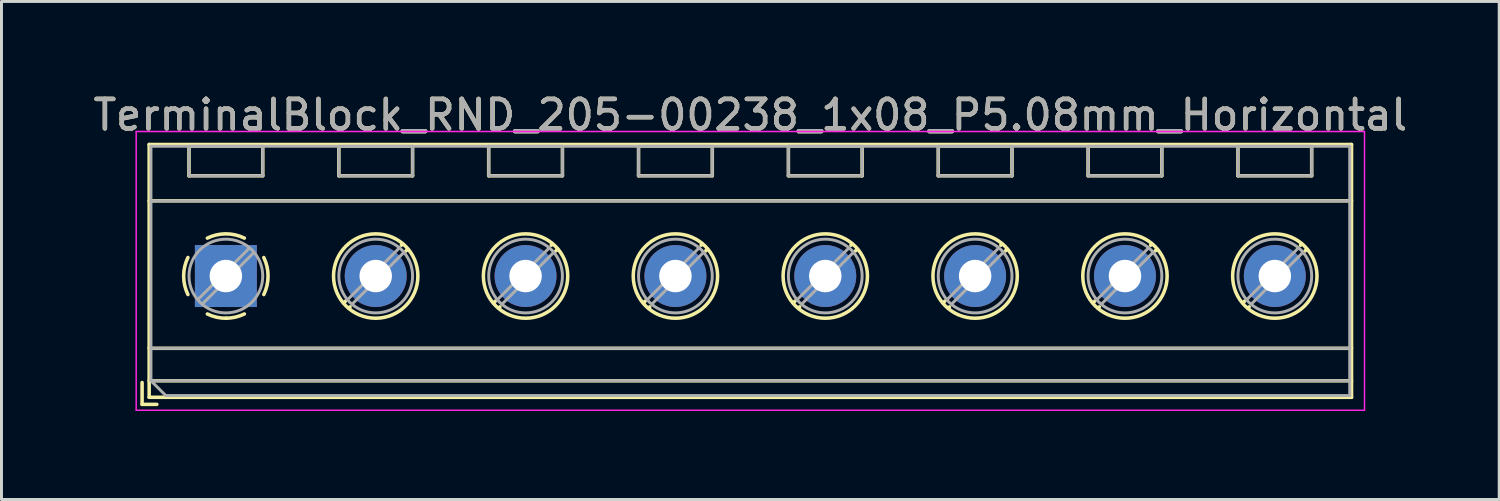
<source format=kicad_pcb>
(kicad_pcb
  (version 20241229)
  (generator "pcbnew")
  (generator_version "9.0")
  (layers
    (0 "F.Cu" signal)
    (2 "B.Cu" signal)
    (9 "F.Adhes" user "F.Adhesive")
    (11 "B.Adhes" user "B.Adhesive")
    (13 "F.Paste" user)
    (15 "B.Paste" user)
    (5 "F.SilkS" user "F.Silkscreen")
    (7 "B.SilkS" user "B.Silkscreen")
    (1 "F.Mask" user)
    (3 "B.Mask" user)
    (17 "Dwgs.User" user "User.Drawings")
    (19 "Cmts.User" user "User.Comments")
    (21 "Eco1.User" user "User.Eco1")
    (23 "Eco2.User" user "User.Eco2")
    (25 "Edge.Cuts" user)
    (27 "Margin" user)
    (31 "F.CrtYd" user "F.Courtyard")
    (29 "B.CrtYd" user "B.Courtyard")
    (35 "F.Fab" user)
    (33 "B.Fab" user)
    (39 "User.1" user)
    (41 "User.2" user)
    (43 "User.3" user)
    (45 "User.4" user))
  (footprint "TerminalBlock_RND_205-00238_1x08_P5.08mm_Horizontal"
    (layer "F.Cu")
    (at 4.607 6.308)
    (property "Reference" "TerminalBlock_RND_205-00238_1x08_P5.08mm_Horizontal" (at 17.78 -5.46 0) (layer "F.SilkS") (effects (font (size 1 1) (thickness 0.15))))
    (attr through_hole)
    (fp_line (start -2.84 3.61) (end -2.84 4.35) (stroke (width 0.12) (type solid)) (layer "F.SilkS"))
    (fp_line (start -2.84 4.35) (end -2.34 4.35) (stroke (width 0.12) (type solid)) (layer "F.SilkS"))
    (fp_line (start -2.6 -4.46) (end -2.6 4.11) (stroke (width 0.12) (type solid)) (layer "F.SilkS"))
    (fp_line (start -2.6 -4.46) (end 38.16 -4.46) (stroke (width 0.12) (type solid)) (layer "F.SilkS"))
    (fp_line (start -2.6 -2.55) (end 38.16 -2.55) (stroke (width 0.12) (type solid)) (layer "F.SilkS"))
    (fp_line (start -2.6 2.45) (end 38.16 2.45) (stroke (width 0.12) (type solid)) (layer "F.SilkS"))
    (fp_line (start -2.6 3.55) (end 38.16 3.55) (stroke (width 0.12) (type solid)) (layer "F.SilkS"))
    (fp_line (start -2.6 4.11) (end 38.16 4.11) (stroke (width 0.12) (type solid)) (layer "F.SilkS"))
    (fp_line (start -1.25 -4.4) (end -1.25 -3.4) (stroke (width 0.12) (type solid)) (layer "F.SilkS"))
    (fp_line (start -1.25 -4.4) (end 1.25 -4.4) (stroke (width 0.12) (type solid)) (layer "F.SilkS"))
    (fp_line (start -1.25 -3.4) (end 1.25 -3.4) (stroke (width 0.12) (type solid)) (layer "F.SilkS"))
    (fp_line (start 1.25 -4.4) (end 1.25 -3.4) (stroke (width 0.12) (type solid)) (layer "F.SilkS"))
    (fp_line (start 3.83 -4.4) (end 3.83 -3.4) (stroke (width 0.12) (type solid)) (layer "F.SilkS"))
    (fp_line (start 3.83 -4.4) (end 6.33 -4.4) (stroke (width 0.12) (type solid)) (layer "F.SilkS"))
    (fp_line (start 3.83 -3.4) (end 6.33 -3.4) (stroke (width 0.12) (type solid)) (layer "F.SilkS"))
    (fp_line (start 4.056 0.85) (end 3.996 0.91) (stroke (width 0.12) (type solid)) (layer "F.SilkS"))
    (fp_line (start 4.21 1.045) (end 4.17 1.085) (stroke (width 0.12) (type solid)) (layer "F.SilkS"))
    (fp_line (start 5.991 -1.085) (end 5.951 -1.045) (stroke (width 0.12) (type solid)) (layer "F.SilkS"))
    (fp_line (start 6.165 -0.91) (end 6.105 -0.851) (stroke (width 0.12) (type solid)) (layer "F.SilkS"))
    (fp_line (start 6.33 -4.4) (end 6.33 -3.4) (stroke (width 0.12) (type solid)) (layer "F.SilkS"))
    (fp_line (start 8.91 -4.4) (end 8.91 -3.4) (stroke (width 0.12) (type solid)) (layer "F.SilkS"))
    (fp_line (start 8.91 -4.4) (end 11.41 -4.4) (stroke (width 0.12) (type solid)) (layer "F.SilkS"))
    (fp_line (start 8.91 -3.4) (end 11.41 -3.4) (stroke (width 0.12) (type solid)) (layer "F.SilkS"))
    (fp_line (start 9.136 0.85) (end 9.076 0.91) (stroke (width 0.12) (type solid)) (layer "F.SilkS"))
    (fp_line (start 9.29 1.045) (end 9.25 1.085) (stroke (width 0.12) (type solid)) (layer "F.SilkS"))
    (fp_line (start 11.071 -1.085) (end 11.031 -1.045) (stroke (width 0.12) (type solid)) (layer "F.SilkS"))
    (fp_line (start 11.245 -0.91) (end 11.185 -0.851) (stroke (width 0.12) (type solid)) (layer "F.SilkS"))
    (fp_line (start 11.41 -4.4) (end 11.41 -3.4) (stroke (width 0.12) (type solid)) (layer "F.SilkS"))
    (fp_line (start 13.99 -4.4) (end 13.99 -3.4) (stroke (width 0.12) (type solid)) (layer "F.SilkS"))
    (fp_line (start 13.99 -4.4) (end 16.49 -4.4) (stroke (width 0.12) (type solid)) (layer "F.SilkS"))
    (fp_line (start 13.99 -3.4) (end 16.49 -3.4) (stroke (width 0.12) (type solid)) (layer "F.SilkS"))
    (fp_line (start 14.216 0.85) (end 14.156 0.91) (stroke (width 0.12) (type solid)) (layer "F.SilkS"))
    (fp_line (start 14.37 1.045) (end 14.33 1.085) (stroke (width 0.12) (type solid)) (layer "F.SilkS"))
    (fp_line (start 16.151 -1.085) (end 16.111 -1.045) (stroke (width 0.12) (type solid)) (layer "F.SilkS"))
    (fp_line (start 16.325 -0.91) (end 16.265 -0.851) (stroke (width 0.12) (type solid)) (layer "F.SilkS"))
    (fp_line (start 16.49 -4.4) (end 16.49 -3.4) (stroke (width 0.12) (type solid)) (layer "F.SilkS"))
    (fp_line (start 19.07 -4.4) (end 19.07 -3.4) (stroke (width 0.12) (type solid)) (layer "F.SilkS"))
    (fp_line (start 19.07 -4.4) (end 21.57 -4.4) (stroke (width 0.12) (type solid)) (layer "F.SilkS"))
    (fp_line (start 19.07 -3.4) (end 21.57 -3.4) (stroke (width 0.12) (type solid)) (layer "F.SilkS"))
    (fp_line (start 19.296 0.85) (end 19.236 0.91) (stroke (width 0.12) (type solid)) (layer "F.SilkS"))
    (fp_line (start 19.45 1.045) (end 19.41 1.085) (stroke (width 0.12) (type solid)) (layer "F.SilkS"))
    (fp_line (start 21.231 -1.085) (end 21.191 -1.045) (stroke (width 0.12) (type solid)) (layer "F.SilkS"))
    (fp_line (start 21.405 -0.91) (end 21.345 -0.851) (stroke (width 0.12) (type solid)) (layer "F.SilkS"))
    (fp_line (start 21.57 -4.4) (end 21.57 -3.4) (stroke (width 0.12) (type solid)) (layer "F.SilkS"))
    (fp_line (start 24.15 -4.4) (end 24.15 -3.4) (stroke (width 0.12) (type solid)) (layer "F.SilkS"))
    (fp_line (start 24.15 -4.4) (end 26.65 -4.4) (stroke (width 0.12) (type solid)) (layer "F.SilkS"))
    (fp_line (start 24.15 -3.4) (end 26.65 -3.4) (stroke (width 0.12) (type solid)) (layer "F.SilkS"))
    (fp_line (start 24.376 0.85) (end 24.316 0.91) (stroke (width 0.12) (type solid)) (layer "F.SilkS"))
    (fp_line (start 24.53 1.045) (end 24.49 1.085) (stroke (width 0.12) (type solid)) (layer "F.SilkS"))
    (fp_line (start 26.311 -1.085) (end 26.271 -1.045) (stroke (width 0.12) (type solid)) (layer "F.SilkS"))
    (fp_line (start 26.485 -0.91) (end 26.425 -0.851) (stroke (width 0.12) (type solid)) (layer "F.SilkS"))
    (fp_line (start 26.65 -4.4) (end 26.65 -3.4) (stroke (width 0.12) (type solid)) (layer "F.SilkS"))
    (fp_line (start 29.23 -4.4) (end 29.23 -3.4) (stroke (width 0.12) (type solid)) (layer "F.SilkS"))
    (fp_line (start 29.23 -4.4) (end 31.73 -4.4) (stroke (width 0.12) (type solid)) (layer "F.SilkS"))
    (fp_line (start 29.23 -3.4) (end 31.73 -3.4) (stroke (width 0.12) (type solid)) (layer "F.SilkS"))
    (fp_line (start 29.456 0.85) (end 29.396 0.91) (stroke (width 0.12) (type solid)) (layer "F.SilkS"))
    (fp_line (start 29.61 1.045) (end 29.57 1.085) (stroke (width 0.12) (type solid)) (layer "F.SilkS"))
    (fp_line (start 31.391 -1.085) (end 31.351 -1.045) (stroke (width 0.12) (type solid)) (layer "F.SilkS"))
    (fp_line (start 31.565 -0.91) (end 31.505 -0.851) (stroke (width 0.12) (type solid)) (layer "F.SilkS"))
    (fp_line (start 31.73 -4.4) (end 31.73 -3.4) (stroke (width 0.12) (type solid)) (layer "F.SilkS"))
    (fp_line (start 34.31 -4.4) (end 34.31 -3.4) (stroke (width 0.12) (type solid)) (layer "F.SilkS"))
    (fp_line (start 34.31 -4.4) (end 36.81 -4.4) (stroke (width 0.12) (type solid)) (layer "F.SilkS"))
    (fp_line (start 34.31 -3.4) (end 36.81 -3.4) (stroke (width 0.12) (type solid)) (layer "F.SilkS"))
    (fp_line (start 34.536 0.85) (end 34.476 0.91) (stroke (width 0.12) (type solid)) (layer "F.SilkS"))
    (fp_line (start 34.69 1.045) (end 34.65 1.085) (stroke (width 0.12) (type solid)) (layer "F.SilkS"))
    (fp_line (start 36.471 -1.085) (end 36.431 -1.045) (stroke (width 0.12) (type solid)) (layer "F.SilkS"))
    (fp_line (start 36.645 -0.91) (end 36.585 -0.851) (stroke (width 0.12) (type solid)) (layer "F.SilkS"))
    (fp_line (start 36.81 -4.4) (end 36.81 -3.4) (stroke (width 0.12) (type solid)) (layer "F.SilkS"))
    (fp_line (start 38.16 -4.46) (end 38.16 4.11) (stroke (width 0.12) (type solid)) (layer "F.SilkS"))
    (fp_arc (start -1.286611 0.626746) (mid -1.431146 -0.000697) (end -1.286 -0.628) (stroke (width 0.12) (type solid)) (layer "F.SilkS"))
    (fp_arc (start -0.627362 -1.285823) (mid -0.000201 -1.430707) (end 0.627 -1.286) (stroke (width 0.12) (type solid)) (layer "F.SilkS"))
    (fp_arc (start 0.02428 1.43094) (mid -0.310437 1.397071) (end -0.628 1.286) (stroke (width 0.12) (type solid)) (layer "F.SilkS"))
    (fp_arc (start 0.626871 1.285275) (mid 0.32168 1.393349) (end 0 1.43) (stroke (width 0.12) (type solid)) (layer "F.SilkS"))
    (fp_arc (start 1.285823 -0.627362) (mid 1.430707 -0.000201) (end 1.286 0.627) (stroke (width 0.12) (type solid)) (layer "F.SilkS"))
    (fp_circle (center 5.08 0) (end 6.51 0) (stroke (width 0.12) (type solid)) (fill no) (layer "F.SilkS"))
    (fp_circle (center 10.16 0) (end 11.59 0) (stroke (width 0.12) (type solid)) (fill no) (layer "F.SilkS"))
    (fp_circle (center 15.24 0) (end 16.67 0) (stroke (width 0.12) (type solid)) (fill no) (layer "F.SilkS"))
    (fp_circle (center 20.32 0) (end 21.75 0) (stroke (width 0.12) (type solid)) (fill no) (layer "F.SilkS"))
    (fp_circle (center 25.4 0) (end 26.83 0) (stroke (width 0.12) (type solid)) (fill no) (layer "F.SilkS"))
    (fp_circle (center 30.48 0) (end 31.91 0) (stroke (width 0.12) (type solid)) (fill no) (layer "F.SilkS"))
    (fp_circle (center 35.56 0) (end 36.99 0) (stroke (width 0.12) (type solid)) (fill no) (layer "F.SilkS"))
    (fp_line (start -3.04 -4.9) (end -3.04 4.55) (stroke (width 0.05) (type solid)) (layer "F.CrtYd"))
    (fp_line (start -3.04 4.55) (end 38.6 4.55) (stroke (width 0.05) (type solid)) (layer "F.CrtYd"))
    (fp_line (start 38.6 -4.9) (end -3.04 -4.9) (stroke (width 0.05) (type solid)) (layer "F.CrtYd"))
    (fp_line (start 38.6 4.55) (end 38.6 -4.9) (stroke (width 0.05) (type solid)) (layer "F.CrtYd"))
    (fp_line (start -2.54 -4.4) (end 38.1 -4.4) (stroke (width 0.1) (type solid)) (layer "F.Fab"))
    (fp_line (start -2.54 -2.55) (end 38.1 -2.55) (stroke (width 0.1) (type solid)) (layer "F.Fab"))
    (fp_line (start -2.54 2.45) (end 38.1 2.45) (stroke (width 0.1) (type solid)) (layer "F.Fab"))
    (fp_line (start -2.54 3.55) (end -2.54 -4.4) (stroke (width 0.1) (type solid)) (layer "F.Fab"))
    (fp_line (start -2.54 3.55) (end 38.1 3.55) (stroke (width 0.1) (type solid)) (layer "F.Fab"))
    (fp_line (start -2.04 4.05) (end -2.54 3.55) (stroke (width 0.1) (type solid)) (layer "F.Fab"))
    (fp_line (start -1.25 -4.4) (end -1.25 -3.4) (stroke (width 0.1) (type solid)) (layer "F.Fab"))
    (fp_line (start -1.25 -3.4) (end 1.25 -3.4) (stroke (width 0.1) (type solid)) (layer "F.Fab"))
    (fp_line (start 0.796 -0.948) (end -0.949 0.796) (stroke (width 0.1) (type solid)) (layer "F.Fab"))
    (fp_line (start 0.949 -0.796) (end -0.796 0.948) (stroke (width 0.1) (type solid)) (layer "F.Fab"))
    (fp_line (start 1.25 -4.4) (end -1.25 -4.4) (stroke (width 0.1) (type solid)) (layer "F.Fab"))
    (fp_line (start 1.25 -3.4) (end 1.25 -4.4) (stroke (width 0.1) (type solid)) (layer "F.Fab"))
    (fp_line (start 3.83 -4.4) (end 3.83 -3.4) (stroke (width 0.1) (type solid)) (layer "F.Fab"))
    (fp_line (start 3.83 -3.4) (end 6.33 -3.4) (stroke (width 0.1) (type solid)) (layer "F.Fab"))
    (fp_line (start 5.876 -0.948) (end 4.132 0.796) (stroke (width 0.1) (type solid)) (layer "F.Fab"))
    (fp_line (start 6.029 -0.796) (end 4.285 0.948) (stroke (width 0.1) (type solid)) (layer "F.Fab"))
    (fp_line (start 6.33 -4.4) (end 3.83 -4.4) (stroke (width 0.1) (type solid)) (layer "F.Fab"))
    (fp_line (start 6.33 -3.4) (end 6.33 -4.4) (stroke (width 0.1) (type solid)) (layer "F.Fab"))
    (fp_line (start 8.91 -4.4) (end 8.91 -3.4) (stroke (width 0.1) (type solid)) (layer "F.Fab"))
    (fp_line (start 8.91 -3.4) (end 11.41 -3.4) (stroke (width 0.1) (type solid)) (layer "F.Fab"))
    (fp_line (start 10.956 -0.948) (end 9.212 0.796) (stroke (width 0.1) (type solid)) (layer "F.Fab"))
    (fp_line (start 11.109 -0.796) (end 9.365 0.948) (stroke (width 0.1) (type solid)) (layer "F.Fab"))
    (fp_line (start 11.41 -4.4) (end 8.91 -4.4) (stroke (width 0.1) (type solid)) (layer "F.Fab"))
    (fp_line (start 11.41 -3.4) (end 11.41 -4.4) (stroke (width 0.1) (type solid)) (layer "F.Fab"))
    (fp_line (start 13.99 -4.4) (end 13.99 -3.4) (stroke (width 0.1) (type solid)) (layer "F.Fab"))
    (fp_line (start 13.99 -3.4) (end 16.49 -3.4) (stroke (width 0.1) (type solid)) (layer "F.Fab"))
    (fp_line (start 16.036 -0.948) (end 14.292 0.796) (stroke (width 0.1) (type solid)) (layer "F.Fab"))
    (fp_line (start 16.189 -0.796) (end 14.445 0.948) (stroke (width 0.1) (type solid)) (layer "F.Fab"))
    (fp_line (start 16.49 -4.4) (end 13.99 -4.4) (stroke (width 0.1) (type solid)) (layer "F.Fab"))
    (fp_line (start 16.49 -3.4) (end 16.49 -4.4) (stroke (width 0.1) (type solid)) (layer "F.Fab"))
    (fp_line (start 19.07 -4.4) (end 19.07 -3.4) (stroke (width 0.1) (type solid)) (layer "F.Fab"))
    (fp_line (start 19.07 -3.4) (end 21.57 -3.4) (stroke (width 0.1) (type solid)) (layer "F.Fab"))
    (fp_line (start 21.116 -0.948) (end 19.372 0.796) (stroke (width 0.1) (type solid)) (layer "F.Fab"))
    (fp_line (start 21.269 -0.796) (end 19.525 0.948) (stroke (width 0.1) (type solid)) (layer "F.Fab"))
    (fp_line (start 21.57 -4.4) (end 19.07 -4.4) (stroke (width 0.1) (type solid)) (layer "F.Fab"))
    (fp_line (start 21.57 -3.4) (end 21.57 -4.4) (stroke (width 0.1) (type solid)) (layer "F.Fab"))
    (fp_line (start 24.15 -4.4) (end 24.15 -3.4) (stroke (width 0.1) (type solid)) (layer "F.Fab"))
    (fp_line (start 24.15 -3.4) (end 26.65 -3.4) (stroke (width 0.1) (type solid)) (layer "F.Fab"))
    (fp_line (start 26.196 -0.948) (end 24.452 0.796) (stroke (width 0.1) (type solid)) (layer "F.Fab"))
    (fp_line (start 26.349 -0.796) (end 24.605 0.948) (stroke (width 0.1) (type solid)) (layer "F.Fab"))
    (fp_line (start 26.65 -4.4) (end 24.15 -4.4) (stroke (width 0.1) (type solid)) (layer "F.Fab"))
    (fp_line (start 26.65 -3.4) (end 26.65 -4.4) (stroke (width 0.1) (type solid)) (layer "F.Fab"))
    (fp_line (start 29.23 -4.4) (end 29.23 -3.4) (stroke (width 0.1) (type solid)) (layer "F.Fab"))
    (fp_line (start 29.23 -3.4) (end 31.73 -3.4) (stroke (width 0.1) (type solid)) (layer "F.Fab"))
    (fp_line (start 31.276 -0.948) (end 29.532 0.796) (stroke (width 0.1) (type solid)) (layer "F.Fab"))
    (fp_line (start 31.429 -0.796) (end 29.685 0.948) (stroke (width 0.1) (type solid)) (layer "F.Fab"))
    (fp_line (start 31.73 -4.4) (end 29.23 -4.4) (stroke (width 0.1) (type solid)) (layer "F.Fab"))
    (fp_line (start 31.73 -3.4) (end 31.73 -4.4) (stroke (width 0.1) (type solid)) (layer "F.Fab"))
    (fp_line (start 34.31 -4.4) (end 34.31 -3.4) (stroke (width 0.1) (type solid)) (layer "F.Fab"))
    (fp_line (start 34.31 -3.4) (end 36.81 -3.4) (stroke (width 0.1) (type solid)) (layer "F.Fab"))
    (fp_line (start 36.356 -0.948) (end 34.612 0.796) (stroke (width 0.1) (type solid)) (layer "F.Fab"))
    (fp_line (start 36.509 -0.796) (end 34.765 0.948) (stroke (width 0.1) (type solid)) (layer "F.Fab"))
    (fp_line (start 36.81 -4.4) (end 34.31 -4.4) (stroke (width 0.1) (type solid)) (layer "F.Fab"))
    (fp_line (start 36.81 -3.4) (end 36.81 -4.4) (stroke (width 0.1) (type solid)) (layer "F.Fab"))
    (fp_line (start 38.1 -4.4) (end 38.1 4.05) (stroke (width 0.1) (type solid)) (layer "F.Fab"))
    (fp_line (start 38.1 4.05) (end -2.04 4.05) (stroke (width 0.1) (type solid)) (layer "F.Fab"))
    (fp_circle (center 0 0) (end 1.25 0) (stroke (width 0.1) (type solid)) (fill no) (layer "F.Fab"))
    (fp_circle (center 5.08 0) (end 6.33 0) (stroke (width 0.1) (type solid)) (fill no) (layer "F.Fab"))
    (fp_circle (center 10.16 0) (end 11.41 0) (stroke (width 0.1) (type solid)) (fill no) (layer "F.Fab"))
    (fp_circle (center 15.24 0) (end 16.49 0) (stroke (width 0.1) (type solid)) (fill no) (layer "F.Fab"))
    (fp_circle (center 20.32 0) (end 21.57 0) (stroke (width 0.1) (type solid)) (fill no) (layer "F.Fab"))
    (fp_circle (center 25.4 0) (end 26.65 0) (stroke (width 0.1) (type solid)) (fill no) (layer "F.Fab"))
    (fp_circle (center 30.48 0) (end 31.73 0) (stroke (width 0.1) (type solid)) (fill no) (layer "F.Fab"))
    (fp_circle (center 35.56 0) (end 36.81 0) (stroke (width 0.1) (type solid)) (fill no) (layer "F.Fab"))
    (fp_text user "${REFERENCE}" (at 17.78 -5.46 0) (layer "F.Fab") (effects (font (size 1 1) (thickness 0.15))))
    (pad "1" thru_hole rect (at 0 0) (size 2.1 2.1) (drill 1.1) (layers "*.Cu" "*.Mask"))
    (pad "2" thru_hole circle (at 5.08 0) (size 2.1 2.1) (drill 1.1) (layers "*.Cu" "*.Mask"))
    (pad "3" thru_hole circle (at 10.16 0) (size 2.1 2.1) (drill 1.1) (layers "*.Cu" "*.Mask"))
    (pad "4" thru_hole circle (at 15.24 0) (size 2.1 2.1) (drill 1.1) (layers "*.Cu" "*.Mask"))
    (pad "5" thru_hole circle (at 20.32 0) (size 2.1 2.1) (drill 1.1) (layers "*.Cu" "*.Mask"))
    (pad "6" thru_hole circle (at 25.4 0) (size 2.1 2.1) (drill 1.1) (layers "*.Cu" "*.Mask"))
    (pad "7" thru_hole circle (at 30.48 0) (size 2.1 2.1) (drill 1.1) (layers "*.Cu" "*.Mask"))
    (pad "8" thru_hole circle (at 35.56 0) (size 2.1 2.1) (drill 1.1) (layers "*.Cu" "*.Mask")))
  (gr_rect
    (start -3 -3)
    (end 47.774 13.883)
    (stroke (width 0.1) (type default))
    (fill no)
    (layer "Edge.Cuts")))
</source>
